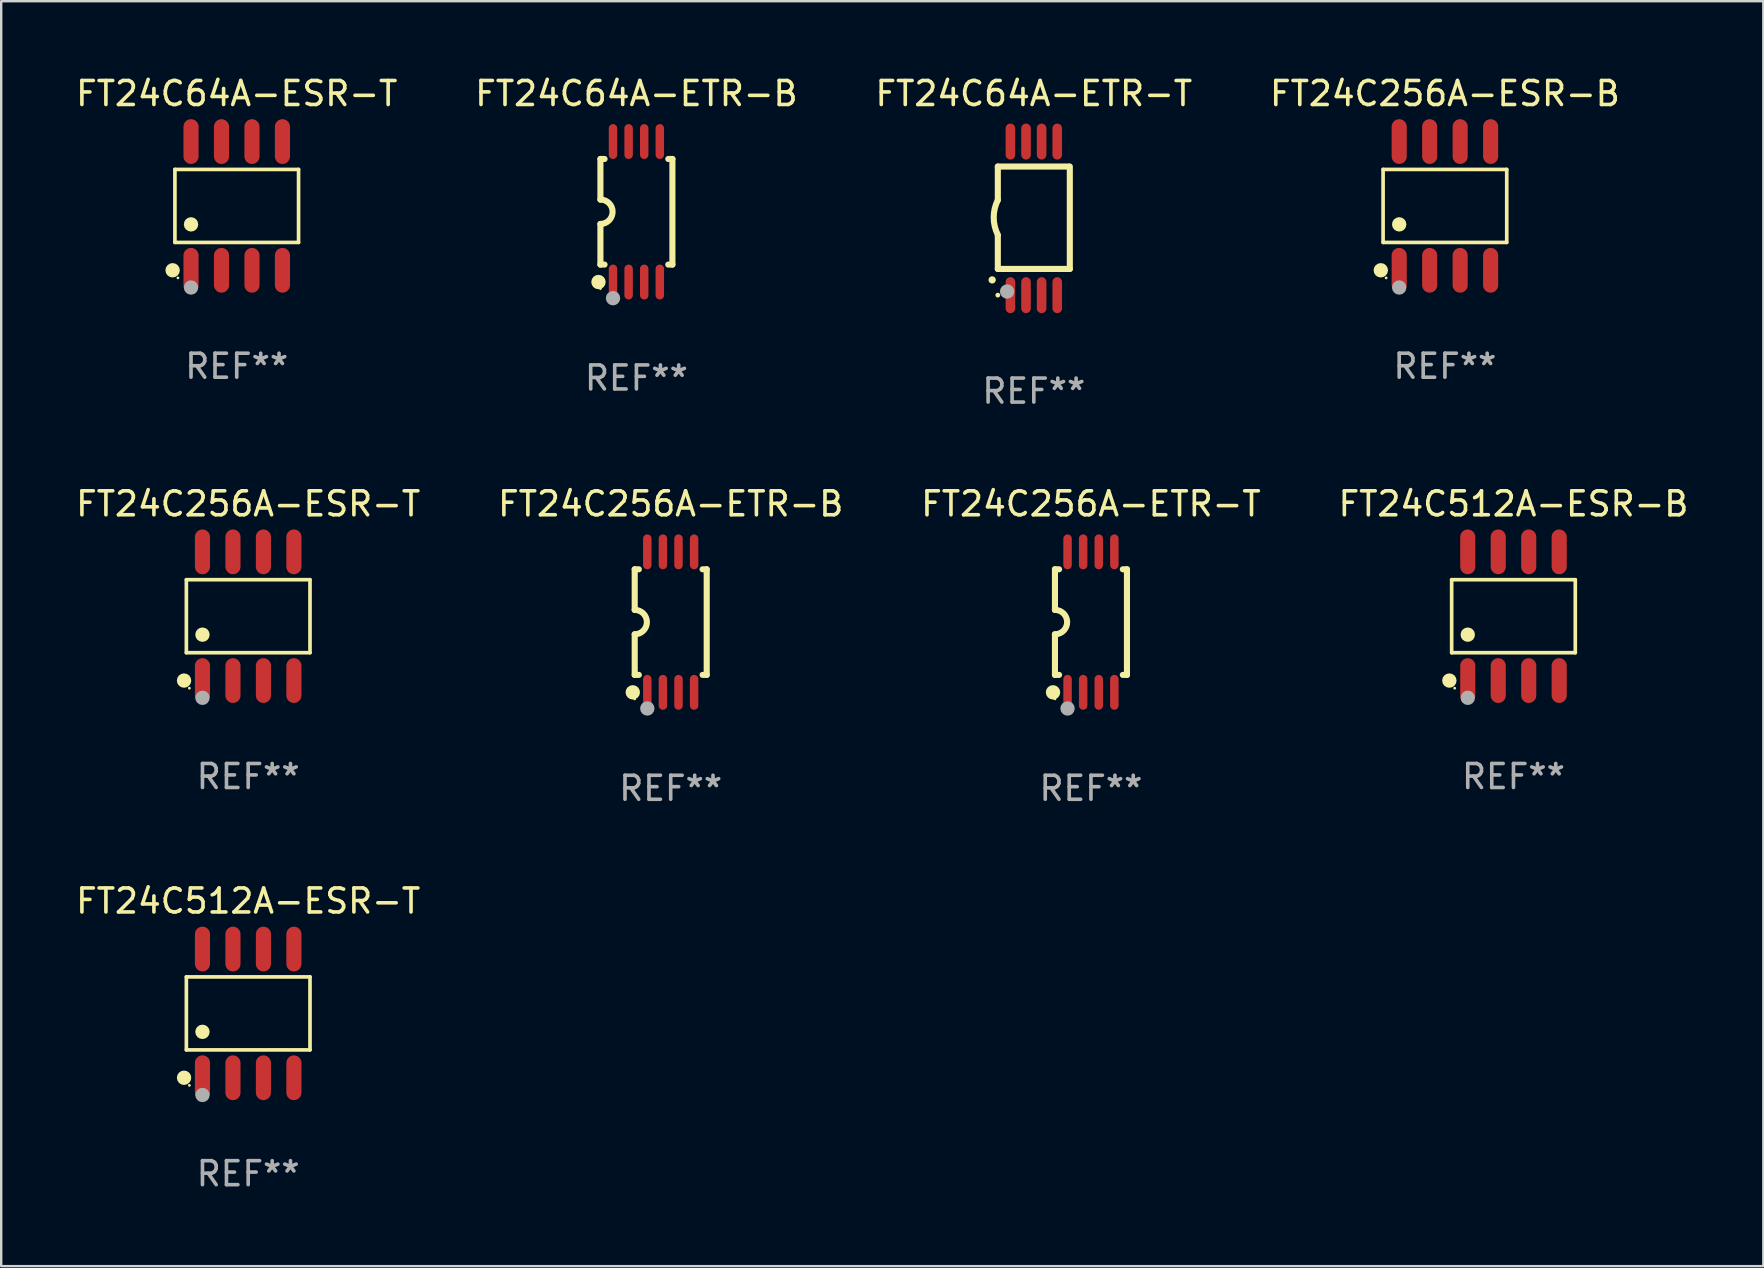
<source format=kicad_pcb>
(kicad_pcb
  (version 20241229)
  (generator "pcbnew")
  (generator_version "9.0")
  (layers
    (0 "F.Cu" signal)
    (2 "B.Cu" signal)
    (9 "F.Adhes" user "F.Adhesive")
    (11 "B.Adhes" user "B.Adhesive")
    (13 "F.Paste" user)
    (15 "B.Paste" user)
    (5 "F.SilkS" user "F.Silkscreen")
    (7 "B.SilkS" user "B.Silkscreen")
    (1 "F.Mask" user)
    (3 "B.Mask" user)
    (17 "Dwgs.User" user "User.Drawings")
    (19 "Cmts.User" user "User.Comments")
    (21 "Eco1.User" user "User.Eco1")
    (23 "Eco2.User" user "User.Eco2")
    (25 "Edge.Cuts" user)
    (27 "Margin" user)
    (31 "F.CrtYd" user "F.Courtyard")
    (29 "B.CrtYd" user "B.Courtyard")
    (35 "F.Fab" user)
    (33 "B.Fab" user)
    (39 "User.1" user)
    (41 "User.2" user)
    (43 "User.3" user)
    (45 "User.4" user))
  (footprint "FT24C64A-ESR-T"
    (layer "F.Cu")
    (at 6.815 5.531)
    (property "Reference" "FT24C64A-ESR-T" (at 0 -4.682 0) (layer "F.SilkS") (effects (font (size 1 1) (thickness 0.15))))
    (attr through_hole)
    (fp_line (start -2.576 -1.521) (end 2.576 -1.521) (stroke (width 0.152) (type solid)) (layer "F.SilkS"))
    (fp_line (start -2.576 1.521) (end -2.576 -1.521) (stroke (width 0.152) (type solid)) (layer "F.SilkS"))
    (fp_line (start 2.576 -1.521) (end 2.576 1.521) (stroke (width 0.152) (type solid)) (layer "F.SilkS"))
    (fp_line (start 2.576 1.521) (end -2.576 1.521) (stroke (width 0.152) (type solid)) (layer "F.SilkS"))
    (fp_circle (center -2.672 2.682) (end -2.522 2.682) (stroke (width 0.3) (type solid)) (fill no) (layer "F.SilkS"))
    (fp_circle (center -2.45 3) (end -2.42 3) (stroke (width 0.06) (type solid)) (fill no) (layer "F.SilkS"))
    (fp_circle (center -1.905 0.769) (end -1.755 0.769) (stroke (width 0.3) (type solid)) (fill no) (layer "F.SilkS"))
    (fp_circle (center -1.905 3.4) (end -1.755 3.4) (stroke (width 0.3) (type solid)) (fill no) (layer "F.Fab"))
    (fp_text user "REF**" (at 0 6.682 0) (layer "F.Fab") (effects (font (size 1 1) (thickness 0.15))))
    (pad "1" smd oval (at -1.905 2.682) (size 0.63 1.865) (layers "F.Cu" "F.Mask" "F.Paste"))
    (pad "2" smd oval (at -0.635 2.682) (size 0.63 1.865) (layers "F.Cu" "F.Mask" "F.Paste"))
    (pad "3" smd oval (at 0.635 2.682) (size 0.63 1.865) (layers "F.Cu" "F.Mask" "F.Paste"))
    (pad "4" smd oval (at 1.905 2.682) (size 0.63 1.865) (layers "F.Cu" "F.Mask" "F.Paste"))
    (pad "5" smd oval (at 1.905 -2.682) (size 0.63 1.865) (layers "F.Cu" "F.Mask" "F.Paste"))
    (pad "6" smd oval (at 0.635 -2.682) (size 0.63 1.865) (layers "F.Cu" "F.Mask" "F.Paste"))
    (pad "7" smd oval (at -0.635 -2.682) (size 0.63 1.865) (layers "F.Cu" "F.Mask" "F.Paste"))
    (pad "8" smd oval (at -1.905 -2.682) (size 0.63 1.865) (layers "F.Cu" "F.Mask" "F.Paste")))
  (footprint "FT24C512A-ESR-T"
    (layer "F.Cu")
    (at 7.292 39.179)
    (property "Reference" "FT24C512A-ESR-T" (at 0 -4.682 0) (layer "F.SilkS") (effects (font (size 1 1) (thickness 0.15))))
    (attr through_hole)
    (fp_line (start -2.576 -1.521) (end 2.576 -1.521) (stroke (width 0.152) (type solid)) (layer "F.SilkS"))
    (fp_line (start -2.576 1.521) (end -2.576 -1.521) (stroke (width 0.152) (type solid)) (layer "F.SilkS"))
    (fp_line (start 2.576 -1.521) (end 2.576 1.521) (stroke (width 0.152) (type solid)) (layer "F.SilkS"))
    (fp_line (start 2.576 1.521) (end -2.576 1.521) (stroke (width 0.152) (type solid)) (layer "F.SilkS"))
    (fp_circle (center -2.672 2.682) (end -2.522 2.682) (stroke (width 0.3) (type solid)) (fill no) (layer "F.SilkS"))
    (fp_circle (center -2.45 3) (end -2.42 3) (stroke (width 0.06) (type solid)) (fill no) (layer "F.SilkS"))
    (fp_circle (center -1.905 0.769) (end -1.755 0.769) (stroke (width 0.3) (type solid)) (fill no) (layer "F.SilkS"))
    (fp_circle (center -1.905 3.4) (end -1.755 3.4) (stroke (width 0.3) (type solid)) (fill no) (layer "F.Fab"))
    (fp_text user "REF**" (at 0 6.682 0) (layer "F.Fab") (effects (font (size 1 1) (thickness 0.15))))
    (pad "1" smd oval (at -1.905 2.682) (size 0.63 1.865) (layers "F.Cu" "F.Mask" "F.Paste"))
    (pad "2" smd oval (at -0.635 2.682) (size 0.63 1.865) (layers "F.Cu" "F.Mask" "F.Paste"))
    (pad "3" smd oval (at 0.635 2.682) (size 0.63 1.865) (layers "F.Cu" "F.Mask" "F.Paste"))
    (pad "4" smd oval (at 1.905 2.682) (size 0.63 1.865) (layers "F.Cu" "F.Mask" "F.Paste"))
    (pad "5" smd oval (at 1.905 -2.682) (size 0.63 1.865) (layers "F.Cu" "F.Mask" "F.Paste"))
    (pad "6" smd oval (at 0.635 -2.682) (size 0.63 1.865) (layers "F.Cu" "F.Mask" "F.Paste"))
    (pad "7" smd oval (at -0.635 -2.682) (size 0.63 1.865) (layers "F.Cu" "F.Mask" "F.Paste"))
    (pad "8" smd oval (at -1.905 -2.682) (size 0.63 1.865) (layers "F.Cu" "F.Mask" "F.Paste")))
  (footprint "FT24C256A-ETR-B"
    (layer "F.Cu")
    (at 24.899 22.873)
    (property "Reference" "FT24C256A-ETR-B" (at 0 -4.927 0) (layer "F.SilkS") (effects (font (size 1 1) (thickness 0.15))))
    (attr through_hole)
    (fp_line (start -1.5 -2.2) (end -1.5 -0.508) (stroke (width 0.254) (type solid)) (layer "F.SilkS"))
    (fp_line (start -1.5 -2.2) (end -1.328 -2.2) (stroke (width 0.254) (type solid)) (layer "F.SilkS"))
    (fp_line (start -1.5 2.2) (end -1.5 0.508) (stroke (width 0.254) (type solid)) (layer "F.SilkS"))
    (fp_line (start -1.5 2.2) (end -1.328 2.2) (stroke (width 0.254) (type solid)) (layer "F.SilkS"))
    (fp_line (start 1.328 -2.2) (end 1.5 -2.2) (stroke (width 0.254) (type solid)) (layer "F.SilkS"))
    (fp_line (start 1.328 2.2) (end 1.5 2.2) (stroke (width 0.254) (type solid)) (layer "F.SilkS"))
    (fp_line (start 1.5 -2.2) (end 1.5 2.2) (stroke (width 0.254) (type solid)) (layer "F.SilkS"))
    (fp_arc (start -1.501144 -0.508) (mid -0.993143 -0.000571) (end -1.5 0.508001) (stroke (width 0.254001) (type solid)) (layer "F.SilkS"))
    (fp_circle (center -1.581 2.927) (end -1.431 2.927) (stroke (width 0.3) (type solid)) (fill no) (layer "F.SilkS"))
    (fp_circle (center -1.5 3.2) (end -1.47 3.2) (stroke (width 0.06) (type solid)) (fill no) (layer "F.SilkS"))
    (fp_circle (center -0.975 3.6) (end -0.825 3.6) (stroke (width 0.3) (type solid)) (fill no) (layer "F.Fab"))
    (fp_text user "REF**" (at 0 6.927 0) (layer "F.Fab") (effects (font (size 1 1) (thickness 0.15))))
    (pad "1" smd oval (at -0.975 2.927) (size 0.353 1.454) (layers "F.Cu" "F.Mask" "F.Paste"))
    (pad "2" smd oval (at -0.325 2.927) (size 0.353 1.454) (layers "F.Cu" "F.Mask" "F.Paste"))
    (pad "3" smd oval (at 0.325 2.927) (size 0.353 1.454) (layers "F.Cu" "F.Mask" "F.Paste"))
    (pad "4" smd oval (at 0.975 2.927) (size 0.353 1.454) (layers "F.Cu" "F.Mask" "F.Paste"))
    (pad "5" smd oval (at 0.975 -2.927) (size 0.353 1.454) (layers "F.Cu" "F.Mask" "F.Paste"))
    (pad "6" smd oval (at 0.325 -2.927) (size 0.353 1.454) (layers "F.Cu" "F.Mask" "F.Paste"))
    (pad "7" smd oval (at -0.325 -2.927) (size 0.353 1.454) (layers "F.Cu" "F.Mask" "F.Paste"))
    (pad "8" smd oval (at -0.975 -2.927) (size 0.353 1.454) (layers "F.Cu" "F.Mask" "F.Paste")))
  (footprint "FT24C256A-ETR-T"
    (layer "F.Cu")
    (at 42.411 22.873)
    (property "Reference" "FT24C256A-ETR-T" (at 0 -4.927 0) (layer "F.SilkS") (effects (font (size 1 1) (thickness 0.15))))
    (attr through_hole)
    (fp_line (start -1.5 -2.2) (end -1.5 -0.508) (stroke (width 0.254) (type solid)) (layer "F.SilkS"))
    (fp_line (start -1.5 -2.2) (end -1.328 -2.2) (stroke (width 0.254) (type solid)) (layer "F.SilkS"))
    (fp_line (start -1.5 2.2) (end -1.5 0.508) (stroke (width 0.254) (type solid)) (layer "F.SilkS"))
    (fp_line (start -1.5 2.2) (end -1.328 2.2) (stroke (width 0.254) (type solid)) (layer "F.SilkS"))
    (fp_line (start 1.328 -2.2) (end 1.5 -2.2) (stroke (width 0.254) (type solid)) (layer "F.SilkS"))
    (fp_line (start 1.328 2.2) (end 1.5 2.2) (stroke (width 0.254) (type solid)) (layer "F.SilkS"))
    (fp_line (start 1.5 -2.2) (end 1.5 2.2) (stroke (width 0.254) (type solid)) (layer "F.SilkS"))
    (fp_arc (start -1.501144 -0.508) (mid -0.993143 -0.000571) (end -1.5 0.508001) (stroke (width 0.254001) (type solid)) (layer "F.SilkS"))
    (fp_circle (center -1.581 2.927) (end -1.431 2.927) (stroke (width 0.3) (type solid)) (fill no) (layer "F.SilkS"))
    (fp_circle (center -1.5 3.2) (end -1.47 3.2) (stroke (width 0.06) (type solid)) (fill no) (layer "F.SilkS"))
    (fp_circle (center -0.975 3.6) (end -0.825 3.6) (stroke (width 0.3) (type solid)) (fill no) (layer "F.Fab"))
    (fp_text user "REF**" (at 0 6.927 0) (layer "F.Fab") (effects (font (size 1 1) (thickness 0.15))))
    (pad "1" smd oval (at -0.975 2.927) (size 0.353 1.454) (layers "F.Cu" "F.Mask" "F.Paste"))
    (pad "2" smd oval (at -0.325 2.927) (size 0.353 1.454) (layers "F.Cu" "F.Mask" "F.Paste"))
    (pad "3" smd oval (at 0.325 2.927) (size 0.353 1.454) (layers "F.Cu" "F.Mask" "F.Paste"))
    (pad "4" smd oval (at 0.975 2.927) (size 0.353 1.454) (layers "F.Cu" "F.Mask" "F.Paste"))
    (pad "5" smd oval (at 0.975 -2.927) (size 0.353 1.454) (layers "F.Cu" "F.Mask" "F.Paste"))
    (pad "6" smd oval (at 0.325 -2.927) (size 0.353 1.454) (layers "F.Cu" "F.Mask" "F.Paste"))
    (pad "7" smd oval (at -0.325 -2.927) (size 0.353 1.454) (layers "F.Cu" "F.Mask" "F.Paste"))
    (pad "8" smd oval (at -0.975 -2.927) (size 0.353 1.454) (layers "F.Cu" "F.Mask" "F.Paste")))
  (footprint "FT24C256A-ESR-B"
    (layer "F.Cu")
    (at 57.161 5.531)
    (property "Reference" "FT24C256A-ESR-B" (at 0 -4.682 0) (layer "F.SilkS") (effects (font (size 1 1) (thickness 0.15))))
    (attr through_hole)
    (fp_line (start -2.576 -1.521) (end 2.576 -1.521) (stroke (width 0.152) (type solid)) (layer "F.SilkS"))
    (fp_line (start -2.576 1.521) (end -2.576 -1.521) (stroke (width 0.152) (type solid)) (layer "F.SilkS"))
    (fp_line (start 2.576 -1.521) (end 2.576 1.521) (stroke (width 0.152) (type solid)) (layer "F.SilkS"))
    (fp_line (start 2.576 1.521) (end -2.576 1.521) (stroke (width 0.152) (type solid)) (layer "F.SilkS"))
    (fp_circle (center -2.672 2.682) (end -2.522 2.682) (stroke (width 0.3) (type solid)) (fill no) (layer "F.SilkS"))
    (fp_circle (center -2.45 3) (end -2.42 3) (stroke (width 0.06) (type solid)) (fill no) (layer "F.SilkS"))
    (fp_circle (center -1.905 0.769) (end -1.755 0.769) (stroke (width 0.3) (type solid)) (fill no) (layer "F.SilkS"))
    (fp_circle (center -1.905 3.4) (end -1.755 3.4) (stroke (width 0.3) (type solid)) (fill no) (layer "F.Fab"))
    (fp_text user "REF**" (at 0 6.682 0) (layer "F.Fab") (effects (font (size 1 1) (thickness 0.15))))
    (pad "1" smd oval (at -1.905 2.682) (size 0.63 1.865) (layers "F.Cu" "F.Mask" "F.Paste"))
    (pad "2" smd oval (at -0.635 2.682) (size 0.63 1.865) (layers "F.Cu" "F.Mask" "F.Paste"))
    (pad "3" smd oval (at 0.635 2.682) (size 0.63 1.865) (layers "F.Cu" "F.Mask" "F.Paste"))
    (pad "4" smd oval (at 1.905 2.682) (size 0.63 1.865) (layers "F.Cu" "F.Mask" "F.Paste"))
    (pad "5" smd oval (at 1.905 -2.682) (size 0.63 1.865) (layers "F.Cu" "F.Mask" "F.Paste"))
    (pad "6" smd oval (at 0.635 -2.682) (size 0.63 1.865) (layers "F.Cu" "F.Mask" "F.Paste"))
    (pad "7" smd oval (at -0.635 -2.682) (size 0.63 1.865) (layers "F.Cu" "F.Mask" "F.Paste"))
    (pad "8" smd oval (at -1.905 -2.682) (size 0.63 1.865) (layers "F.Cu" "F.Mask" "F.Paste")))
  (footprint "FT24C64A-ETR-T"
    (layer "F.Cu")
    (at 40.03 6.049)
    (property "Reference" "FT24C64A-ETR-T" (at 0 -5.2 0) (layer "F.SilkS") (effects (font (size 1 1) (thickness 0.15))))
    (attr through_hole)
    (fp_line (start -1.5 -0.762) (end -1.5 -2.159) (stroke (width 0.254) (type solid)) (layer "F.SilkS"))
    (fp_line (start -1.5 2.108) (end -1.5 0.711) (stroke (width 0.254) (type solid)) (layer "F.SilkS"))
    (fp_line (start -1.5 2.108) (end 1.5 2.108) (stroke (width 0.254) (type solid)) (layer "F.SilkS"))
    (fp_line (start 1.463 -2.159) (end -1.5 -2.159) (stroke (width 0.254) (type solid)) (layer "F.SilkS"))
    (fp_line (start 1.5 2.108) (end 1.5 -2.159) (stroke (width 0.254) (type solid)) (layer "F.SilkS"))
    (fp_arc (start -1.737287 2.565405) (mid -1.736017 2.5654) (end -1.734747 2.565405) (stroke (width 0.3) (type solid)) (layer "F.SilkS"))
    (fp_arc (start -1.500076 0.685801) (mid -1.670966 -0.0381) (end -1.500076 -0.762002) (stroke (width 0.254001) (type solid)) (layer "F.SilkS"))
    (fp_circle (center -1.5 3.2) (end -1.45 3.2) (stroke (width 0.1) (type solid)) (fill no) (layer "F.SilkS"))
    (fp_circle (center -1.112 3.048) (end -0.962 3.048) (stroke (width 0.3) (type solid)) (fill no) (layer "F.Fab"))
    (fp_text user "REF**" (at 0 7.2 0) (layer "F.Fab") (effects (font (size 1 1) (thickness 0.15))))
    (pad "1" smd oval (at -0.975 3.2 180) (size 0.4 1.5) (layers "F.Cu" "F.Mask" "F.Paste"))
    (pad "2" smd oval (at -0.325 3.2 180) (size 0.4 1.5) (layers "F.Cu" "F.Mask" "F.Paste"))
    (pad "3" smd oval (at 0.325 3.2 180) (size 0.4 1.5) (layers "F.Cu" "F.Mask" "F.Paste"))
    (pad "4" smd oval (at 0.976 3.2 180) (size 0.4 1.5) (layers "F.Cu" "F.Mask" "F.Paste"))
    (pad "5" smd oval (at 0.976 -3.2 180) (size 0.4 1.5) (layers "F.Cu" "F.Mask" "F.Paste"))
    (pad "6" smd oval (at 0.325 -3.2 180) (size 0.4 1.5) (layers "F.Cu" "F.Mask" "F.Paste"))
    (pad "7" smd oval (at -0.325 -3.2 180) (size 0.4 1.5) (layers "F.Cu" "F.Mask" "F.Paste"))
    (pad "8" smd oval (at -0.975 -3.2 180) (size 0.4 1.5) (layers "F.Cu" "F.Mask" "F.Paste")))
  (footprint "FT24C512A-ESR-B"
    (layer "F.Cu")
    (at 60.018 22.628)
    (property "Reference" "FT24C512A-ESR-B" (at 0 -4.682 0) (layer "F.SilkS") (effects (font (size 1 1) (thickness 0.15))))
    (attr through_hole)
    (fp_line (start -2.576 -1.521) (end 2.576 -1.521) (stroke (width 0.152) (type solid)) (layer "F.SilkS"))
    (fp_line (start -2.576 1.521) (end -2.576 -1.521) (stroke (width 0.152) (type solid)) (layer "F.SilkS"))
    (fp_line (start 2.576 -1.521) (end 2.576 1.521) (stroke (width 0.152) (type solid)) (layer "F.SilkS"))
    (fp_line (start 2.576 1.521) (end -2.576 1.521) (stroke (width 0.152) (type solid)) (layer "F.SilkS"))
    (fp_circle (center -2.672 2.682) (end -2.522 2.682) (stroke (width 0.3) (type solid)) (fill no) (layer "F.SilkS"))
    (fp_circle (center -2.45 3) (end -2.42 3) (stroke (width 0.06) (type solid)) (fill no) (layer "F.SilkS"))
    (fp_circle (center -1.905 0.769) (end -1.755 0.769) (stroke (width 0.3) (type solid)) (fill no) (layer "F.SilkS"))
    (fp_circle (center -1.905 3.4) (end -1.755 3.4) (stroke (width 0.3) (type solid)) (fill no) (layer "F.Fab"))
    (fp_text user "REF**" (at 0 6.682 0) (layer "F.Fab") (effects (font (size 1 1) (thickness 0.15))))
    (pad "1" smd oval (at -1.905 2.682) (size 0.63 1.865) (layers "F.Cu" "F.Mask" "F.Paste"))
    (pad "2" smd oval (at -0.635 2.682) (size 0.63 1.865) (layers "F.Cu" "F.Mask" "F.Paste"))
    (pad "3" smd oval (at 0.635 2.682) (size 0.63 1.865) (layers "F.Cu" "F.Mask" "F.Paste"))
    (pad "4" smd oval (at 1.905 2.682) (size 0.63 1.865) (layers "F.Cu" "F.Mask" "F.Paste"))
    (pad "5" smd oval (at 1.905 -2.682) (size 0.63 1.865) (layers "F.Cu" "F.Mask" "F.Paste"))
    (pad "6" smd oval (at 0.635 -2.682) (size 0.63 1.865) (layers "F.Cu" "F.Mask" "F.Paste"))
    (pad "7" smd oval (at -0.635 -2.682) (size 0.63 1.865) (layers "F.Cu" "F.Mask" "F.Paste"))
    (pad "8" smd oval (at -1.905 -2.682) (size 0.63 1.865) (layers "F.Cu" "F.Mask" "F.Paste")))
  (footprint "FT24C64A-ETR-B"
    (layer "F.Cu")
    (at 23.47 5.775)
    (property "Reference" "FT24C64A-ETR-B" (at 0 -4.927 0) (layer "F.SilkS") (effects (font (size 1 1) (thickness 0.15))))
    (attr through_hole)
    (fp_line (start -1.5 -2.2) (end -1.5 -0.508) (stroke (width 0.254) (type solid)) (layer "F.SilkS"))
    (fp_line (start -1.5 -2.2) (end -1.328 -2.2) (stroke (width 0.254) (type solid)) (layer "F.SilkS"))
    (fp_line (start -1.5 2.2) (end -1.5 0.508) (stroke (width 0.254) (type solid)) (layer "F.SilkS"))
    (fp_line (start -1.5 2.2) (end -1.328 2.2) (stroke (width 0.254) (type solid)) (layer "F.SilkS"))
    (fp_line (start 1.328 -2.2) (end 1.5 -2.2) (stroke (width 0.254) (type solid)) (layer "F.SilkS"))
    (fp_line (start 1.328 2.2) (end 1.5 2.2) (stroke (width 0.254) (type solid)) (layer "F.SilkS"))
    (fp_line (start 1.5 -2.2) (end 1.5 2.2) (stroke (width 0.254) (type solid)) (layer "F.SilkS"))
    (fp_arc (start -1.501144 -0.508) (mid -0.993143 -0.000571) (end -1.5 0.508001) (stroke (width 0.254001) (type solid)) (layer "F.SilkS"))
    (fp_circle (center -1.581 2.927) (end -1.431 2.927) (stroke (width 0.3) (type solid)) (fill no) (layer "F.SilkS"))
    (fp_circle (center -1.5 3.2) (end -1.47 3.2) (stroke (width 0.06) (type solid)) (fill no) (layer "F.SilkS"))
    (fp_circle (center -0.975 3.6) (end -0.825 3.6) (stroke (width 0.3) (type solid)) (fill no) (layer "F.Fab"))
    (fp_text user "REF**" (at 0 6.927 0) (layer "F.Fab") (effects (font (size 1 1) (thickness 0.15))))
    (pad "1" smd oval (at -0.975 2.927) (size 0.353 1.454) (layers "F.Cu" "F.Mask" "F.Paste"))
    (pad "2" smd oval (at -0.325 2.927) (size 0.353 1.454) (layers "F.Cu" "F.Mask" "F.Paste"))
    (pad "3" smd oval (at 0.325 2.927) (size 0.353 1.454) (layers "F.Cu" "F.Mask" "F.Paste"))
    (pad "4" smd oval (at 0.975 2.927) (size 0.353 1.454) (layers "F.Cu" "F.Mask" "F.Paste"))
    (pad "5" smd oval (at 0.975 -2.927) (size 0.353 1.454) (layers "F.Cu" "F.Mask" "F.Paste"))
    (pad "6" smd oval (at 0.325 -2.927) (size 0.353 1.454) (layers "F.Cu" "F.Mask" "F.Paste"))
    (pad "7" smd oval (at -0.325 -2.927) (size 0.353 1.454) (layers "F.Cu" "F.Mask" "F.Paste"))
    (pad "8" smd oval (at -0.975 -2.927) (size 0.353 1.454) (layers "F.Cu" "F.Mask" "F.Paste")))
  (footprint "FT24C256A-ESR-T"
    (layer "F.Cu")
    (at 7.292 22.628)
    (property "Reference" "FT24C256A-ESR-T" (at 0 -4.682 0) (layer "F.SilkS") (effects (font (size 1 1) (thickness 0.15))))
    (attr through_hole)
    (fp_line (start -2.576 -1.521) (end 2.576 -1.521) (stroke (width 0.152) (type solid)) (layer "F.SilkS"))
    (fp_line (start -2.576 1.521) (end -2.576 -1.521) (stroke (width 0.152) (type solid)) (layer "F.SilkS"))
    (fp_line (start 2.576 -1.521) (end 2.576 1.521) (stroke (width 0.152) (type solid)) (layer "F.SilkS"))
    (fp_line (start 2.576 1.521) (end -2.576 1.521) (stroke (width 0.152) (type solid)) (layer "F.SilkS"))
    (fp_circle (center -2.672 2.682) (end -2.522 2.682) (stroke (width 0.3) (type solid)) (fill no) (layer "F.SilkS"))
    (fp_circle (center -2.45 3) (end -2.42 3) (stroke (width 0.06) (type solid)) (fill no) (layer "F.SilkS"))
    (fp_circle (center -1.905 0.769) (end -1.755 0.769) (stroke (width 0.3) (type solid)) (fill no) (layer "F.SilkS"))
    (fp_circle (center -1.905 3.4) (end -1.755 3.4) (stroke (width 0.3) (type solid)) (fill no) (layer "F.Fab"))
    (fp_text user "REF**" (at 0 6.682 0) (layer "F.Fab") (effects (font (size 1 1) (thickness 0.15))))
    (pad "1" smd oval (at -1.905 2.682) (size 0.63 1.865) (layers "F.Cu" "F.Mask" "F.Paste"))
    (pad "2" smd oval (at -0.635 2.682) (size 0.63 1.865) (layers "F.Cu" "F.Mask" "F.Paste"))
    (pad "3" smd oval (at 0.635 2.682) (size 0.63 1.865) (layers "F.Cu" "F.Mask" "F.Paste"))
    (pad "4" smd oval (at 1.905 2.682) (size 0.63 1.865) (layers "F.Cu" "F.Mask" "F.Paste"))
    (pad "5" smd oval (at 1.905 -2.682) (size 0.63 1.865) (layers "F.Cu" "F.Mask" "F.Paste"))
    (pad "6" smd oval (at 0.635 -2.682) (size 0.63 1.865) (layers "F.Cu" "F.Mask" "F.Paste"))
    (pad "7" smd oval (at -0.635 -2.682) (size 0.63 1.865) (layers "F.Cu" "F.Mask" "F.Paste"))
    (pad "8" smd oval (at -1.905 -2.682) (size 0.63 1.865) (layers "F.Cu" "F.Mask" "F.Paste")))
  (gr_rect
    (start -3 -3)
    (end 70.429 49.71)
    (stroke (width 0.1) (type default))
    (fill no)
    (layer "Edge.Cuts")))
</source>
